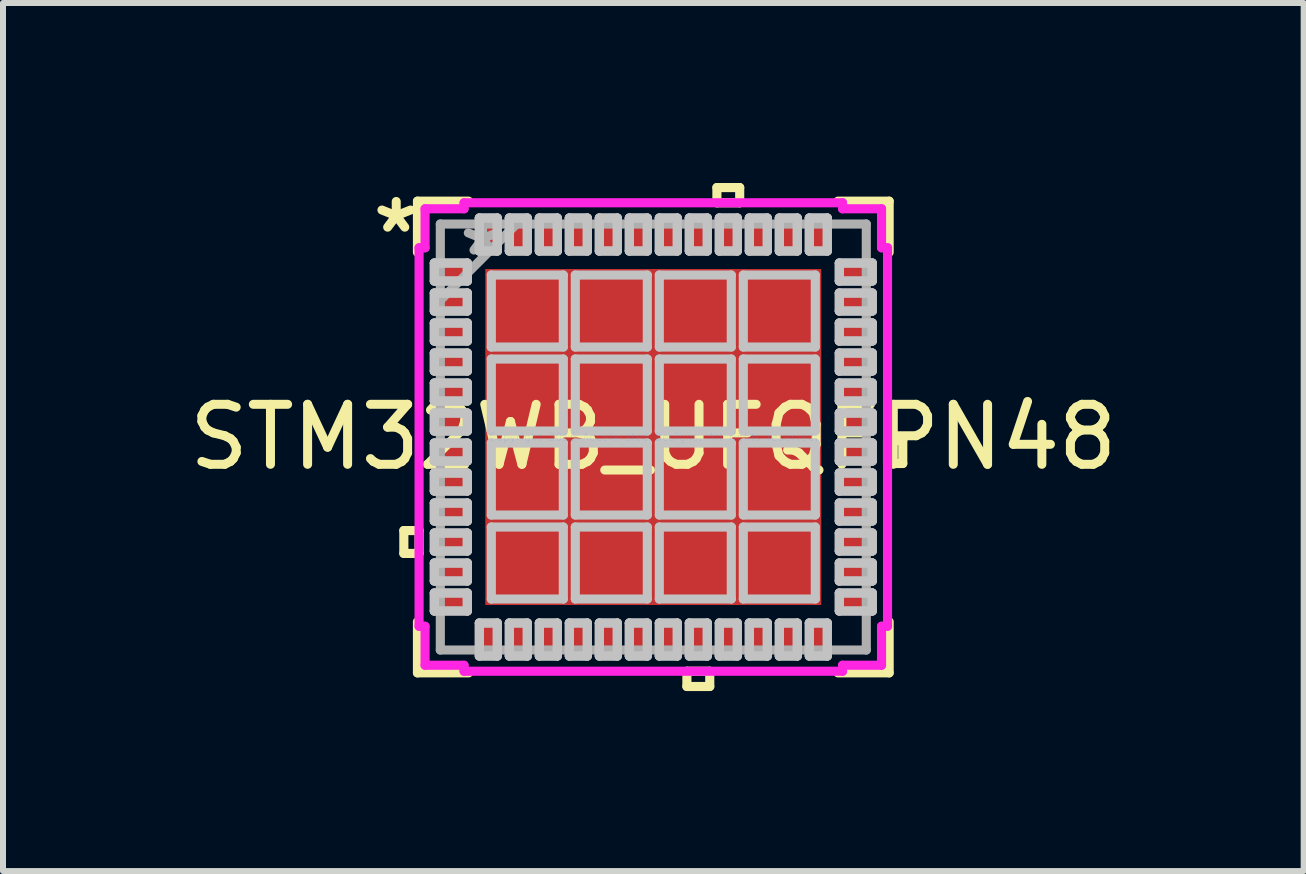
<source format=kicad_pcb>
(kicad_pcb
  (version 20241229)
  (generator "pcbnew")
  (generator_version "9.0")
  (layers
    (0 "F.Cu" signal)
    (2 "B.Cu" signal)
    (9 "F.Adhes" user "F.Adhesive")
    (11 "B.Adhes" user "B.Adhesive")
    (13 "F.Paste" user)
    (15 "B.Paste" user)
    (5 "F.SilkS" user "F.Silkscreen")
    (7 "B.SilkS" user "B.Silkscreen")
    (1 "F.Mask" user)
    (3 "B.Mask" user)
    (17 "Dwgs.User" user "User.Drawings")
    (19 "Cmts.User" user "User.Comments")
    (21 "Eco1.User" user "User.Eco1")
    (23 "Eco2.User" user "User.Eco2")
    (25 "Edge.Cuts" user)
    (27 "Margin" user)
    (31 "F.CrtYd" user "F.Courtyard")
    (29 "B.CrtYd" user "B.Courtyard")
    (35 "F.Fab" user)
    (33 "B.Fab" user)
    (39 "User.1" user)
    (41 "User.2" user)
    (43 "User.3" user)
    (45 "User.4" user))
  (footprint "STM32WB_UFQFPN48"
    (layer "F.Cu")
    (at 7.839 4.234)
    (property "Reference" "STM32WB_UFQFPN48" (at 0 0 0) (layer "F.SilkS") (effects (font (size 1 1) (thickness 0.15))))
    (attr through_hole)
    (fp_line (start -4.158 1.559) (end -4.158 1.94) (stroke (width 0.152) (type solid)) (layer "F.SilkS"))
    (fp_line (start -4.158 1.94) (end -3.904 1.94) (stroke (width 0.152) (type solid)) (layer "F.SilkS"))
    (fp_line (start -3.931 -3.931) (end -3.931 -3.078) (stroke (width 0.152) (type solid)) (layer "F.SilkS"))
    (fp_line (start -3.931 3.078) (end -3.931 3.931) (stroke (width 0.152) (type solid)) (layer "F.SilkS"))
    (fp_line (start -3.931 3.931) (end -3.078 3.931) (stroke (width 0.152) (type solid)) (layer "F.SilkS"))
    (fp_line (start -3.904 1.559) (end -4.158 1.559) (stroke (width 0.152) (type solid)) (layer "F.SilkS"))
    (fp_line (start -3.904 1.94) (end -3.904 1.559) (stroke (width 0.152) (type solid)) (layer "F.SilkS"))
    (fp_line (start -3.078 -3.931) (end -3.931 -3.931) (stroke (width 0.152) (type solid)) (layer "F.SilkS"))
    (fp_line (start 0.56 3.904) (end 0.56 4.158) (stroke (width 0.152) (type solid)) (layer "F.SilkS"))
    (fp_line (start 0.56 4.158) (end 0.941 4.158) (stroke (width 0.152) (type solid)) (layer "F.SilkS"))
    (fp_line (start 0.941 3.904) (end 0.56 3.904) (stroke (width 0.152) (type solid)) (layer "F.SilkS"))
    (fp_line (start 0.941 4.158) (end 0.941 3.904) (stroke (width 0.152) (type solid)) (layer "F.SilkS"))
    (fp_line (start 1.06 -4.158) (end 1.44 -4.158) (stroke (width 0.152) (type solid)) (layer "F.SilkS"))
    (fp_line (start 1.06 -3.904) (end 1.06 -4.158) (stroke (width 0.152) (type solid)) (layer "F.SilkS"))
    (fp_line (start 1.44 -4.158) (end 1.44 -3.904) (stroke (width 0.152) (type solid)) (layer "F.SilkS"))
    (fp_line (start 1.44 -3.904) (end 1.06 -3.904) (stroke (width 0.152) (type solid)) (layer "F.SilkS"))
    (fp_line (start 3.078 3.931) (end 3.931 3.931) (stroke (width 0.152) (type solid)) (layer "F.SilkS"))
    (fp_line (start 3.904 0.059) (end 4.158 0.059) (stroke (width 0.152) (type solid)) (layer "F.SilkS"))
    (fp_line (start 3.904 0.441) (end 3.904 0.059) (stroke (width 0.152) (type solid)) (layer "F.SilkS"))
    (fp_line (start 3.931 -3.931) (end 3.078 -3.931) (stroke (width 0.152) (type solid)) (layer "F.SilkS"))
    (fp_line (start 3.931 -3.078) (end 3.931 -3.931) (stroke (width 0.152) (type solid)) (layer "F.SilkS"))
    (fp_line (start 3.931 3.931) (end 3.931 3.078) (stroke (width 0.152) (type solid)) (layer "F.SilkS"))
    (fp_line (start 4.158 0.059) (end 4.158 0.441) (stroke (width 0.152) (type solid)) (layer "F.SilkS"))
    (fp_line (start 4.158 0.441) (end 3.904 0.441) (stroke (width 0.152) (type solid)) (layer "F.SilkS"))
    (fp_line (start -3.65 -2.9) (end -3.65 -2.6) (stroke (width 0.152) (type solid)) (layer "Dwgs.User"))
    (fp_line (start -3.65 -2.9) (end -3.65 -2.6) (stroke (width 0.152) (type solid)) (layer "Dwgs.User"))
    (fp_line (start -3.65 -2.6) (end -3.1 -2.6) (stroke (width 0.152) (type solid)) (layer "Dwgs.User"))
    (fp_line (start -3.65 -2.6) (end -3.1 -2.6) (stroke (width 0.152) (type solid)) (layer "Dwgs.User"))
    (fp_line (start -3.65 -2.4) (end -3.65 -2.1) (stroke (width 0.152) (type solid)) (layer "Dwgs.User"))
    (fp_line (start -3.65 -2.4) (end -3.65 -2.1) (stroke (width 0.152) (type solid)) (layer "Dwgs.User"))
    (fp_line (start -3.65 -2.1) (end -3.1 -2.1) (stroke (width 0.152) (type solid)) (layer "Dwgs.User"))
    (fp_line (start -3.65 -2.1) (end -3.1 -2.1) (stroke (width 0.152) (type solid)) (layer "Dwgs.User"))
    (fp_line (start -3.65 -1.9) (end -3.65 -1.6) (stroke (width 0.152) (type solid)) (layer "Dwgs.User"))
    (fp_line (start -3.65 -1.9) (end -3.65 -1.6) (stroke (width 0.152) (type solid)) (layer "Dwgs.User"))
    (fp_line (start -3.65 -1.6) (end -3.1 -1.6) (stroke (width 0.152) (type solid)) (layer "Dwgs.User"))
    (fp_line (start -3.65 -1.6) (end -3.1 -1.6) (stroke (width 0.152) (type solid)) (layer "Dwgs.User"))
    (fp_line (start -3.65 -1.4) (end -3.65 -1.1) (stroke (width 0.152) (type solid)) (layer "Dwgs.User"))
    (fp_line (start -3.65 -1.4) (end -3.65 -1.1) (stroke (width 0.152) (type solid)) (layer "Dwgs.User"))
    (fp_line (start -3.65 -1.1) (end -3.1 -1.1) (stroke (width 0.152) (type solid)) (layer "Dwgs.User"))
    (fp_line (start -3.65 -1.1) (end -3.1 -1.1) (stroke (width 0.152) (type solid)) (layer "Dwgs.User"))
    (fp_line (start -3.65 -0.9) (end -3.65 -0.6) (stroke (width 0.152) (type solid)) (layer "Dwgs.User"))
    (fp_line (start -3.65 -0.9) (end -3.65 -0.6) (stroke (width 0.152) (type solid)) (layer "Dwgs.User"))
    (fp_line (start -3.65 -0.6) (end -3.1 -0.6) (stroke (width 0.152) (type solid)) (layer "Dwgs.User"))
    (fp_line (start -3.65 -0.6) (end -3.1 -0.6) (stroke (width 0.152) (type solid)) (layer "Dwgs.User"))
    (fp_line (start -3.65 -0.4) (end -3.65 -0.1) (stroke (width 0.152) (type solid)) (layer "Dwgs.User"))
    (fp_line (start -3.65 -0.4) (end -3.65 -0.1) (stroke (width 0.152) (type solid)) (layer "Dwgs.User"))
    (fp_line (start -3.65 -0.1) (end -3.1 -0.1) (stroke (width 0.152) (type solid)) (layer "Dwgs.User"))
    (fp_line (start -3.65 -0.1) (end -3.1 -0.1) (stroke (width 0.152) (type solid)) (layer "Dwgs.User"))
    (fp_line (start -3.65 0.1) (end -3.65 0.4) (stroke (width 0.152) (type solid)) (layer "Dwgs.User"))
    (fp_line (start -3.65 0.1) (end -3.65 0.4) (stroke (width 0.152) (type solid)) (layer "Dwgs.User"))
    (fp_line (start -3.65 0.4) (end -3.1 0.4) (stroke (width 0.152) (type solid)) (layer "Dwgs.User"))
    (fp_line (start -3.65 0.4) (end -3.1 0.4) (stroke (width 0.152) (type solid)) (layer "Dwgs.User"))
    (fp_line (start -3.65 0.6) (end -3.65 0.9) (stroke (width 0.152) (type solid)) (layer "Dwgs.User"))
    (fp_line (start -3.65 0.6) (end -3.65 0.9) (stroke (width 0.152) (type solid)) (layer "Dwgs.User"))
    (fp_line (start -3.65 0.9) (end -3.1 0.9) (stroke (width 0.152) (type solid)) (layer "Dwgs.User"))
    (fp_line (start -3.65 0.9) (end -3.1 0.9) (stroke (width 0.152) (type solid)) (layer "Dwgs.User"))
    (fp_line (start -3.65 1.1) (end -3.65 1.4) (stroke (width 0.152) (type solid)) (layer "Dwgs.User"))
    (fp_line (start -3.65 1.1) (end -3.65 1.4) (stroke (width 0.152) (type solid)) (layer "Dwgs.User"))
    (fp_line (start -3.65 1.4) (end -3.1 1.4) (stroke (width 0.152) (type solid)) (layer "Dwgs.User"))
    (fp_line (start -3.65 1.4) (end -3.1 1.4) (stroke (width 0.152) (type solid)) (layer "Dwgs.User"))
    (fp_line (start -3.65 1.6) (end -3.65 1.9) (stroke (width 0.152) (type solid)) (layer "Dwgs.User"))
    (fp_line (start -3.65 1.6) (end -3.65 1.9) (stroke (width 0.152) (type solid)) (layer "Dwgs.User"))
    (fp_line (start -3.65 1.9) (end -3.1 1.9) (stroke (width 0.152) (type solid)) (layer "Dwgs.User"))
    (fp_line (start -3.65 1.9) (end -3.1 1.9) (stroke (width 0.152) (type solid)) (layer "Dwgs.User"))
    (fp_line (start -3.65 2.1) (end -3.65 2.4) (stroke (width 0.152) (type solid)) (layer "Dwgs.User"))
    (fp_line (start -3.65 2.1) (end -3.65 2.4) (stroke (width 0.152) (type solid)) (layer "Dwgs.User"))
    (fp_line (start -3.65 2.4) (end -3.1 2.4) (stroke (width 0.152) (type solid)) (layer "Dwgs.User"))
    (fp_line (start -3.65 2.4) (end -3.1 2.4) (stroke (width 0.152) (type solid)) (layer "Dwgs.User"))
    (fp_line (start -3.65 2.6) (end -3.65 2.9) (stroke (width 0.152) (type solid)) (layer "Dwgs.User"))
    (fp_line (start -3.65 2.6) (end -3.65 2.9) (stroke (width 0.152) (type solid)) (layer "Dwgs.User"))
    (fp_line (start -3.65 2.9) (end -3.1 2.9) (stroke (width 0.152) (type solid)) (layer "Dwgs.User"))
    (fp_line (start -3.65 2.9) (end -3.1 2.9) (stroke (width 0.152) (type solid)) (layer "Dwgs.User"))
    (fp_line (start -3.1 -2.9) (end -3.65 -2.9) (stroke (width 0.152) (type solid)) (layer "Dwgs.User"))
    (fp_line (start -3.1 -2.9) (end -3.65 -2.9) (stroke (width 0.152) (type solid)) (layer "Dwgs.User"))
    (fp_line (start -3.1 -2.6) (end -3.1 -2.9) (stroke (width 0.152) (type solid)) (layer "Dwgs.User"))
    (fp_line (start -3.1 -2.6) (end -3.1 -2.9) (stroke (width 0.152) (type solid)) (layer "Dwgs.User"))
    (fp_line (start -3.1 -2.4) (end -3.65 -2.4) (stroke (width 0.152) (type solid)) (layer "Dwgs.User"))
    (fp_line (start -3.1 -2.4) (end -3.65 -2.4) (stroke (width 0.152) (type solid)) (layer "Dwgs.User"))
    (fp_line (start -3.1 -2.1) (end -3.1 -2.4) (stroke (width 0.152) (type solid)) (layer "Dwgs.User"))
    (fp_line (start -3.1 -2.1) (end -3.1 -2.4) (stroke (width 0.152) (type solid)) (layer "Dwgs.User"))
    (fp_line (start -3.1 -1.9) (end -3.65 -1.9) (stroke (width 0.152) (type solid)) (layer "Dwgs.User"))
    (fp_line (start -3.1 -1.9) (end -3.65 -1.9) (stroke (width 0.152) (type solid)) (layer "Dwgs.User"))
    (fp_line (start -3.1 -1.6) (end -3.1 -1.9) (stroke (width 0.152) (type solid)) (layer "Dwgs.User"))
    (fp_line (start -3.1 -1.6) (end -3.1 -1.9) (stroke (width 0.152) (type solid)) (layer "Dwgs.User"))
    (fp_line (start -3.1 -1.4) (end -3.65 -1.4) (stroke (width 0.152) (type solid)) (layer "Dwgs.User"))
    (fp_line (start -3.1 -1.4) (end -3.65 -1.4) (stroke (width 0.152) (type solid)) (layer "Dwgs.User"))
    (fp_line (start -3.1 -1.1) (end -3.1 -1.4) (stroke (width 0.152) (type solid)) (layer "Dwgs.User"))
    (fp_line (start -3.1 -1.1) (end -3.1 -1.4) (stroke (width 0.152) (type solid)) (layer "Dwgs.User"))
    (fp_line (start -3.1 -0.9) (end -3.65 -0.9) (stroke (width 0.152) (type solid)) (layer "Dwgs.User"))
    (fp_line (start -3.1 -0.9) (end -3.65 -0.9) (stroke (width 0.152) (type solid)) (layer "Dwgs.User"))
    (fp_line (start -3.1 -0.6) (end -3.1 -0.9) (stroke (width 0.152) (type solid)) (layer "Dwgs.User"))
    (fp_line (start -3.1 -0.6) (end -3.1 -0.9) (stroke (width 0.152) (type solid)) (layer "Dwgs.User"))
    (fp_line (start -3.1 -0.4) (end -3.65 -0.4) (stroke (width 0.152) (type solid)) (layer "Dwgs.User"))
    (fp_line (start -3.1 -0.4) (end -3.65 -0.4) (stroke (width 0.152) (type solid)) (layer "Dwgs.User"))
    (fp_line (start -3.1 -0.1) (end -3.1 -0.4) (stroke (width 0.152) (type solid)) (layer "Dwgs.User"))
    (fp_line (start -3.1 -0.1) (end -3.1 -0.4) (stroke (width 0.152) (type solid)) (layer "Dwgs.User"))
    (fp_line (start -3.1 0.1) (end -3.65 0.1) (stroke (width 0.152) (type solid)) (layer "Dwgs.User"))
    (fp_line (start -3.1 0.1) (end -3.65 0.1) (stroke (width 0.152) (type solid)) (layer "Dwgs.User"))
    (fp_line (start -3.1 0.4) (end -3.1 0.1) (stroke (width 0.152) (type solid)) (layer "Dwgs.User"))
    (fp_line (start -3.1 0.4) (end -3.1 0.1) (stroke (width 0.152) (type solid)) (layer "Dwgs.User"))
    (fp_line (start -3.1 0.6) (end -3.65 0.6) (stroke (width 0.152) (type solid)) (layer "Dwgs.User"))
    (fp_line (start -3.1 0.6) (end -3.65 0.6) (stroke (width 0.152) (type solid)) (layer "Dwgs.User"))
    (fp_line (start -3.1 0.9) (end -3.1 0.6) (stroke (width 0.152) (type solid)) (layer "Dwgs.User"))
    (fp_line (start -3.1 0.9) (end -3.1 0.6) (stroke (width 0.152) (type solid)) (layer "Dwgs.User"))
    (fp_line (start -3.1 1.1) (end -3.65 1.1) (stroke (width 0.152) (type solid)) (layer "Dwgs.User"))
    (fp_line (start -3.1 1.1) (end -3.65 1.1) (stroke (width 0.152) (type solid)) (layer "Dwgs.User"))
    (fp_line (start -3.1 1.4) (end -3.1 1.1) (stroke (width 0.152) (type solid)) (layer "Dwgs.User"))
    (fp_line (start -3.1 1.4) (end -3.1 1.1) (stroke (width 0.152) (type solid)) (layer "Dwgs.User"))
    (fp_line (start -3.1 1.6) (end -3.65 1.6) (stroke (width 0.152) (type solid)) (layer "Dwgs.User"))
    (fp_line (start -3.1 1.6) (end -3.65 1.6) (stroke (width 0.152) (type solid)) (layer "Dwgs.User"))
    (fp_line (start -3.1 1.9) (end -3.1 1.6) (stroke (width 0.152) (type solid)) (layer "Dwgs.User"))
    (fp_line (start -3.1 1.9) (end -3.1 1.6) (stroke (width 0.152) (type solid)) (layer "Dwgs.User"))
    (fp_line (start -3.1 2.1) (end -3.65 2.1) (stroke (width 0.152) (type solid)) (layer "Dwgs.User"))
    (fp_line (start -3.1 2.1) (end -3.65 2.1) (stroke (width 0.152) (type solid)) (layer "Dwgs.User"))
    (fp_line (start -3.1 2.4) (end -3.1 2.1) (stroke (width 0.152) (type solid)) (layer "Dwgs.User"))
    (fp_line (start -3.1 2.4) (end -3.1 2.1) (stroke (width 0.152) (type solid)) (layer "Dwgs.User"))
    (fp_line (start -3.1 2.6) (end -3.65 2.6) (stroke (width 0.152) (type solid)) (layer "Dwgs.User"))
    (fp_line (start -3.1 2.6) (end -3.65 2.6) (stroke (width 0.152) (type solid)) (layer "Dwgs.User"))
    (fp_line (start -3.1 2.9) (end -3.1 2.6) (stroke (width 0.152) (type solid)) (layer "Dwgs.User"))
    (fp_line (start -3.1 2.9) (end -3.1 2.6) (stroke (width 0.152) (type solid)) (layer "Dwgs.User"))
    (fp_line (start -2.9 -3.65) (end -2.9 -3.1) (stroke (width 0.152) (type solid)) (layer "Dwgs.User"))
    (fp_line (start -2.9 -3.65) (end -2.9 -3.1) (stroke (width 0.152) (type solid)) (layer "Dwgs.User"))
    (fp_line (start -2.9 -3.1) (end -2.6 -3.1) (stroke (width 0.152) (type solid)) (layer "Dwgs.User"))
    (fp_line (start -2.9 -3.1) (end -2.6 -3.1) (stroke (width 0.152) (type solid)) (layer "Dwgs.User"))
    (fp_line (start -2.9 3.1) (end -2.9 3.65) (stroke (width 0.152) (type solid)) (layer "Dwgs.User"))
    (fp_line (start -2.9 3.1) (end -2.9 3.65) (stroke (width 0.152) (type solid)) (layer "Dwgs.User"))
    (fp_line (start -2.9 3.65) (end -2.6 3.65) (stroke (width 0.152) (type solid)) (layer "Dwgs.User"))
    (fp_line (start -2.9 3.65) (end -2.6 3.65) (stroke (width 0.152) (type solid)) (layer "Dwgs.User"))
    (fp_line (start -2.7 -2.7) (end -2.7 -1.5) (stroke (width 0.152) (type solid)) (layer "Dwgs.User"))
    (fp_line (start -2.7 -1.5) (end -1.5 -1.5) (stroke (width 0.152) (type solid)) (layer "Dwgs.User"))
    (fp_line (start -2.7 -1.3) (end -2.7 -0.1) (stroke (width 0.152) (type solid)) (layer "Dwgs.User"))
    (fp_line (start -2.7 -0.1) (end -1.5 -0.1) (stroke (width 0.152) (type solid)) (layer "Dwgs.User"))
    (fp_line (start -2.7 0.1) (end -2.7 1.3) (stroke (width 0.152) (type solid)) (layer "Dwgs.User"))
    (fp_line (start -2.7 1.3) (end -1.5 1.3) (stroke (width 0.152) (type solid)) (layer "Dwgs.User"))
    (fp_line (start -2.7 1.5) (end -2.7 2.7) (stroke (width 0.152) (type solid)) (layer "Dwgs.User"))
    (fp_line (start -2.7 2.7) (end -1.5 2.7) (stroke (width 0.152) (type solid)) (layer "Dwgs.User"))
    (fp_line (start -2.6 -3.65) (end -2.9 -3.65) (stroke (width 0.152) (type solid)) (layer "Dwgs.User"))
    (fp_line (start -2.6 -3.65) (end -2.9 -3.65) (stroke (width 0.152) (type solid)) (layer "Dwgs.User"))
    (fp_line (start -2.6 -3.1) (end -2.6 -3.65) (stroke (width 0.152) (type solid)) (layer "Dwgs.User"))
    (fp_line (start -2.6 -3.1) (end -2.6 -3.65) (stroke (width 0.152) (type solid)) (layer "Dwgs.User"))
    (fp_line (start -2.6 3.1) (end -2.9 3.1) (stroke (width 0.152) (type solid)) (layer "Dwgs.User"))
    (fp_line (start -2.6 3.1) (end -2.9 3.1) (stroke (width 0.152) (type solid)) (layer "Dwgs.User"))
    (fp_line (start -2.6 3.65) (end -2.6 3.1) (stroke (width 0.152) (type solid)) (layer "Dwgs.User"))
    (fp_line (start -2.6 3.65) (end -2.6 3.1) (stroke (width 0.152) (type solid)) (layer "Dwgs.User"))
    (fp_line (start -2.4 -3.65) (end -2.4 -3.1) (stroke (width 0.152) (type solid)) (layer "Dwgs.User"))
    (fp_line (start -2.4 -3.65) (end -2.4 -3.1) (stroke (width 0.152) (type solid)) (layer "Dwgs.User"))
    (fp_line (start -2.4 -3.1) (end -2.1 -3.1) (stroke (width 0.152) (type solid)) (layer "Dwgs.User"))
    (fp_line (start -2.4 -3.1) (end -2.1 -3.1) (stroke (width 0.152) (type solid)) (layer "Dwgs.User"))
    (fp_line (start -2.4 3.1) (end -2.4 3.65) (stroke (width 0.152) (type solid)) (layer "Dwgs.User"))
    (fp_line (start -2.4 3.1) (end -2.4 3.65) (stroke (width 0.152) (type solid)) (layer "Dwgs.User"))
    (fp_line (start -2.4 3.65) (end -2.1 3.65) (stroke (width 0.152) (type solid)) (layer "Dwgs.User"))
    (fp_line (start -2.4 3.65) (end -2.1 3.65) (stroke (width 0.152) (type solid)) (layer "Dwgs.User"))
    (fp_line (start -2.1 -3.65) (end -2.4 -3.65) (stroke (width 0.152) (type solid)) (layer "Dwgs.User"))
    (fp_line (start -2.1 -3.65) (end -2.4 -3.65) (stroke (width 0.152) (type solid)) (layer "Dwgs.User"))
    (fp_line (start -2.1 -3.1) (end -2.1 -3.65) (stroke (width 0.152) (type solid)) (layer "Dwgs.User"))
    (fp_line (start -2.1 -3.1) (end -2.1 -3.65) (stroke (width 0.152) (type solid)) (layer "Dwgs.User"))
    (fp_line (start -2.1 3.1) (end -2.4 3.1) (stroke (width 0.152) (type solid)) (layer "Dwgs.User"))
    (fp_line (start -2.1 3.1) (end -2.4 3.1) (stroke (width 0.152) (type solid)) (layer "Dwgs.User"))
    (fp_line (start -2.1 3.65) (end -2.1 3.1) (stroke (width 0.152) (type solid)) (layer "Dwgs.User"))
    (fp_line (start -2.1 3.65) (end -2.1 3.1) (stroke (width 0.152) (type solid)) (layer "Dwgs.User"))
    (fp_line (start -1.9 3.1) (end -1.9 3.65) (stroke (width 0.152) (type solid)) (layer "Dwgs.User"))
    (fp_line (start -1.9 3.1) (end -1.9 3.65) (stroke (width 0.152) (type solid)) (layer "Dwgs.User"))
    (fp_line (start -1.9 3.65) (end -1.6 3.65) (stroke (width 0.152) (type solid)) (layer "Dwgs.User"))
    (fp_line (start -1.9 3.65) (end -1.6 3.65) (stroke (width 0.152) (type solid)) (layer "Dwgs.User"))
    (fp_line (start -1.9 -3.65) (end -1.9 -3.1) (stroke (width 0.152) (type solid)) (layer "Dwgs.User"))
    (fp_line (start -1.9 -3.65) (end -1.9 -3.1) (stroke (width 0.152) (type solid)) (layer "Dwgs.User"))
    (fp_line (start -1.9 -3.1) (end -1.6 -3.1) (stroke (width 0.152) (type solid)) (layer "Dwgs.User"))
    (fp_line (start -1.9 -3.1) (end -1.6 -3.1) (stroke (width 0.152) (type solid)) (layer "Dwgs.User"))
    (fp_line (start -1.6 -3.65) (end -1.9 -3.65) (stroke (width 0.152) (type solid)) (layer "Dwgs.User"))
    (fp_line (start -1.6 -3.65) (end -1.9 -3.65) (stroke (width 0.152) (type solid)) (layer "Dwgs.User"))
    (fp_line (start -1.6 -3.1) (end -1.6 -3.65) (stroke (width 0.152) (type solid)) (layer "Dwgs.User"))
    (fp_line (start -1.6 -3.1) (end -1.6 -3.65) (stroke (width 0.152) (type solid)) (layer "Dwgs.User"))
    (fp_line (start -1.6 3.1) (end -1.9 3.1) (stroke (width 0.152) (type solid)) (layer "Dwgs.User"))
    (fp_line (start -1.6 3.1) (end -1.9 3.1) (stroke (width 0.152) (type solid)) (layer "Dwgs.User"))
    (fp_line (start -1.6 3.65) (end -1.6 3.1) (stroke (width 0.152) (type solid)) (layer "Dwgs.User"))
    (fp_line (start -1.6 3.65) (end -1.6 3.1) (stroke (width 0.152) (type solid)) (layer "Dwgs.User"))
    (fp_line (start -1.5 -2.7) (end -2.7 -2.7) (stroke (width 0.152) (type solid)) (layer "Dwgs.User"))
    (fp_line (start -1.5 -1.5) (end -1.5 -2.7) (stroke (width 0.152) (type solid)) (layer "Dwgs.User"))
    (fp_line (start -1.5 -1.3) (end -2.7 -1.3) (stroke (width 0.152) (type solid)) (layer "Dwgs.User"))
    (fp_line (start -1.5 -0.1) (end -1.5 -1.3) (stroke (width 0.152) (type solid)) (layer "Dwgs.User"))
    (fp_line (start -1.5 0.1) (end -2.7 0.1) (stroke (width 0.152) (type solid)) (layer "Dwgs.User"))
    (fp_line (start -1.5 1.3) (end -1.5 0.1) (stroke (width 0.152) (type solid)) (layer "Dwgs.User"))
    (fp_line (start -1.5 1.5) (end -2.7 1.5) (stroke (width 0.152) (type solid)) (layer "Dwgs.User"))
    (fp_line (start -1.5 2.7) (end -1.5 1.5) (stroke (width 0.152) (type solid)) (layer "Dwgs.User"))
    (fp_line (start -1.4 -3.65) (end -1.4 -3.1) (stroke (width 0.152) (type solid)) (layer "Dwgs.User"))
    (fp_line (start -1.4 -3.65) (end -1.4 -3.1) (stroke (width 0.152) (type solid)) (layer "Dwgs.User"))
    (fp_line (start -1.4 -3.1) (end -1.1 -3.1) (stroke (width 0.152) (type solid)) (layer "Dwgs.User"))
    (fp_line (start -1.4 -3.1) (end -1.1 -3.1) (stroke (width 0.152) (type solid)) (layer "Dwgs.User"))
    (fp_line (start -1.4 3.1) (end -1.4 3.65) (stroke (width 0.152) (type solid)) (layer "Dwgs.User"))
    (fp_line (start -1.4 3.1) (end -1.4 3.65) (stroke (width 0.152) (type solid)) (layer "Dwgs.User"))
    (fp_line (start -1.4 3.65) (end -1.1 3.65) (stroke (width 0.152) (type solid)) (layer "Dwgs.User"))
    (fp_line (start -1.4 3.65) (end -1.1 3.65) (stroke (width 0.152) (type solid)) (layer "Dwgs.User"))
    (fp_line (start -1.3 -2.7) (end -1.3 -1.5) (stroke (width 0.152) (type solid)) (layer "Dwgs.User"))
    (fp_line (start -1.3 -1.5) (end -0.1 -1.5) (stroke (width 0.152) (type solid)) (layer "Dwgs.User"))
    (fp_line (start -1.3 -1.3) (end -1.3 -0.1) (stroke (width 0.152) (type solid)) (layer "Dwgs.User"))
    (fp_line (start -1.3 -0.1) (end -0.1 -0.1) (stroke (width 0.152) (type solid)) (layer "Dwgs.User"))
    (fp_line (start -1.3 0.1) (end -1.3 1.3) (stroke (width 0.152) (type solid)) (layer "Dwgs.User"))
    (fp_line (start -1.3 1.3) (end -0.1 1.3) (stroke (width 0.152) (type solid)) (layer "Dwgs.User"))
    (fp_line (start -1.3 1.5) (end -1.3 2.7) (stroke (width 0.152) (type solid)) (layer "Dwgs.User"))
    (fp_line (start -1.3 2.7) (end -0.1 2.7) (stroke (width 0.152) (type solid)) (layer "Dwgs.User"))
    (fp_line (start -1.1 -3.65) (end -1.4 -3.65) (stroke (width 0.152) (type solid)) (layer "Dwgs.User"))
    (fp_line (start -1.1 -3.65) (end -1.4 -3.65) (stroke (width 0.152) (type solid)) (layer "Dwgs.User"))
    (fp_line (start -1.1 -3.1) (end -1.1 -3.65) (stroke (width 0.152) (type solid)) (layer "Dwgs.User"))
    (fp_line (start -1.1 -3.1) (end -1.1 -3.65) (stroke (width 0.152) (type solid)) (layer "Dwgs.User"))
    (fp_line (start -1.1 3.1) (end -1.4 3.1) (stroke (width 0.152) (type solid)) (layer "Dwgs.User"))
    (fp_line (start -1.1 3.1) (end -1.4 3.1) (stroke (width 0.152) (type solid)) (layer "Dwgs.User"))
    (fp_line (start -1.1 3.65) (end -1.1 3.1) (stroke (width 0.152) (type solid)) (layer "Dwgs.User"))
    (fp_line (start -1.1 3.65) (end -1.1 3.1) (stroke (width 0.152) (type solid)) (layer "Dwgs.User"))
    (fp_line (start -0.9 -3.65) (end -0.9 -3.1) (stroke (width 0.152) (type solid)) (layer "Dwgs.User"))
    (fp_line (start -0.9 -3.65) (end -0.9 -3.1) (stroke (width 0.152) (type solid)) (layer "Dwgs.User"))
    (fp_line (start -0.9 -3.1) (end -0.6 -3.1) (stroke (width 0.152) (type solid)) (layer "Dwgs.User"))
    (fp_line (start -0.9 -3.1) (end -0.6 -3.1) (stroke (width 0.152) (type solid)) (layer "Dwgs.User"))
    (fp_line (start -0.9 3.1) (end -0.9 3.65) (stroke (width 0.152) (type solid)) (layer "Dwgs.User"))
    (fp_line (start -0.9 3.1) (end -0.9 3.65) (stroke (width 0.152) (type solid)) (layer "Dwgs.User"))
    (fp_line (start -0.9 3.65) (end -0.6 3.65) (stroke (width 0.152) (type solid)) (layer "Dwgs.User"))
    (fp_line (start -0.9 3.65) (end -0.6 3.65) (stroke (width 0.152) (type solid)) (layer "Dwgs.User"))
    (fp_line (start -0.6 3.1) (end -0.9 3.1) (stroke (width 0.152) (type solid)) (layer "Dwgs.User"))
    (fp_line (start -0.6 3.1) (end -0.9 3.1) (stroke (width 0.152) (type solid)) (layer "Dwgs.User"))
    (fp_line (start -0.6 3.65) (end -0.6 3.1) (stroke (width 0.152) (type solid)) (layer "Dwgs.User"))
    (fp_line (start -0.6 3.65) (end -0.6 3.1) (stroke (width 0.152) (type solid)) (layer "Dwgs.User"))
    (fp_line (start -0.6 -3.65) (end -0.9 -3.65) (stroke (width 0.152) (type solid)) (layer "Dwgs.User"))
    (fp_line (start -0.6 -3.65) (end -0.9 -3.65) (stroke (width 0.152) (type solid)) (layer "Dwgs.User"))
    (fp_line (start -0.6 -3.1) (end -0.6 -3.65) (stroke (width 0.152) (type solid)) (layer "Dwgs.User"))
    (fp_line (start -0.6 -3.1) (end -0.6 -3.65) (stroke (width 0.152) (type solid)) (layer "Dwgs.User"))
    (fp_line (start -0.4 -3.65) (end -0.4 -3.1) (stroke (width 0.152) (type solid)) (layer "Dwgs.User"))
    (fp_line (start -0.4 -3.65) (end -0.4 -3.1) (stroke (width 0.152) (type solid)) (layer "Dwgs.User"))
    (fp_line (start -0.4 -3.1) (end -0.1 -3.1) (stroke (width 0.152) (type solid)) (layer "Dwgs.User"))
    (fp_line (start -0.4 -3.1) (end -0.1 -3.1) (stroke (width 0.152) (type solid)) (layer "Dwgs.User"))
    (fp_line (start -0.4 3.1) (end -0.4 3.65) (stroke (width 0.152) (type solid)) (layer "Dwgs.User"))
    (fp_line (start -0.4 3.1) (end -0.4 3.65) (stroke (width 0.152) (type solid)) (layer "Dwgs.User"))
    (fp_line (start -0.4 3.65) (end -0.1 3.65) (stroke (width 0.152) (type solid)) (layer "Dwgs.User"))
    (fp_line (start -0.4 3.65) (end -0.1 3.65) (stroke (width 0.152) (type solid)) (layer "Dwgs.User"))
    (fp_line (start -0.1 -3.65) (end -0.4 -3.65) (stroke (width 0.152) (type solid)) (layer "Dwgs.User"))
    (fp_line (start -0.1 -3.65) (end -0.4 -3.65) (stroke (width 0.152) (type solid)) (layer "Dwgs.User"))
    (fp_line (start -0.1 -3.1) (end -0.1 -3.65) (stroke (width 0.152) (type solid)) (layer "Dwgs.User"))
    (fp_line (start -0.1 -3.1) (end -0.1 -3.65) (stroke (width 0.152) (type solid)) (layer "Dwgs.User"))
    (fp_line (start -0.1 -2.7) (end -1.3 -2.7) (stroke (width 0.152) (type solid)) (layer "Dwgs.User"))
    (fp_line (start -0.1 -1.5) (end -0.1 -2.7) (stroke (width 0.152) (type solid)) (layer "Dwgs.User"))
    (fp_line (start -0.1 -1.3) (end -1.3 -1.3) (stroke (width 0.152) (type solid)) (layer "Dwgs.User"))
    (fp_line (start -0.1 -0.1) (end -0.1 -1.3) (stroke (width 0.152) (type solid)) (layer "Dwgs.User"))
    (fp_line (start -0.1 0.1) (end -1.3 0.1) (stroke (width 0.152) (type solid)) (layer "Dwgs.User"))
    (fp_line (start -0.1 1.3) (end -0.1 0.1) (stroke (width 0.152) (type solid)) (layer "Dwgs.User"))
    (fp_line (start -0.1 1.5) (end -1.3 1.5) (stroke (width 0.152) (type solid)) (layer "Dwgs.User"))
    (fp_line (start -0.1 2.7) (end -0.1 1.5) (stroke (width 0.152) (type solid)) (layer "Dwgs.User"))
    (fp_line (start -0.1 3.1) (end -0.4 3.1) (stroke (width 0.152) (type solid)) (layer "Dwgs.User"))
    (fp_line (start -0.1 3.1) (end -0.4 3.1) (stroke (width 0.152) (type solid)) (layer "Dwgs.User"))
    (fp_line (start -0.1 3.65) (end -0.1 3.1) (stroke (width 0.152) (type solid)) (layer "Dwgs.User"))
    (fp_line (start -0.1 3.65) (end -0.1 3.1) (stroke (width 0.152) (type solid)) (layer "Dwgs.User"))
    (fp_line (start 0.1 -3.65) (end 0.1 -3.1) (stroke (width 0.152) (type solid)) (layer "Dwgs.User"))
    (fp_line (start 0.1 -3.65) (end 0.1 -3.1) (stroke (width 0.152) (type solid)) (layer "Dwgs.User"))
    (fp_line (start 0.1 -3.1) (end 0.4 -3.1) (stroke (width 0.152) (type solid)) (layer "Dwgs.User"))
    (fp_line (start 0.1 -3.1) (end 0.4 -3.1) (stroke (width 0.152) (type solid)) (layer "Dwgs.User"))
    (fp_line (start 0.1 -2.7) (end 0.1 -1.5) (stroke (width 0.152) (type solid)) (layer "Dwgs.User"))
    (fp_line (start 0.1 -1.5) (end 1.3 -1.5) (stroke (width 0.152) (type solid)) (layer "Dwgs.User"))
    (fp_line (start 0.1 -1.3) (end 0.1 -0.1) (stroke (width 0.152) (type solid)) (layer "Dwgs.User"))
    (fp_line (start 0.1 -0.1) (end 1.3 -0.1) (stroke (width 0.152) (type solid)) (layer "Dwgs.User"))
    (fp_line (start 0.1 0.1) (end 0.1 1.3) (stroke (width 0.152) (type solid)) (layer "Dwgs.User"))
    (fp_line (start 0.1 1.3) (end 1.3 1.3) (stroke (width 0.152) (type solid)) (layer "Dwgs.User"))
    (fp_line (start 0.1 1.5) (end 0.1 2.7) (stroke (width 0.152) (type solid)) (layer "Dwgs.User"))
    (fp_line (start 0.1 2.7) (end 1.3 2.7) (stroke (width 0.152) (type solid)) (layer "Dwgs.User"))
    (fp_line (start 0.1 3.1) (end 0.1 3.65) (stroke (width 0.152) (type solid)) (layer "Dwgs.User"))
    (fp_line (start 0.1 3.1) (end 0.1 3.65) (stroke (width 0.152) (type solid)) (layer "Dwgs.User"))
    (fp_line (start 0.1 3.65) (end 0.4 3.65) (stroke (width 0.152) (type solid)) (layer "Dwgs.User"))
    (fp_line (start 0.1 3.65) (end 0.4 3.65) (stroke (width 0.152) (type solid)) (layer "Dwgs.User"))
    (fp_line (start 0.4 -3.65) (end 0.1 -3.65) (stroke (width 0.152) (type solid)) (layer "Dwgs.User"))
    (fp_line (start 0.4 -3.65) (end 0.1 -3.65) (stroke (width 0.152) (type solid)) (layer "Dwgs.User"))
    (fp_line (start 0.4 -3.1) (end 0.4 -3.65) (stroke (width 0.152) (type solid)) (layer "Dwgs.User"))
    (fp_line (start 0.4 -3.1) (end 0.4 -3.65) (stroke (width 0.152) (type solid)) (layer "Dwgs.User"))
    (fp_line (start 0.4 3.1) (end 0.1 3.1) (stroke (width 0.152) (type solid)) (layer "Dwgs.User"))
    (fp_line (start 0.4 3.1) (end 0.1 3.1) (stroke (width 0.152) (type solid)) (layer "Dwgs.User"))
    (fp_line (start 0.4 3.65) (end 0.4 3.1) (stroke (width 0.152) (type solid)) (layer "Dwgs.User"))
    (fp_line (start 0.4 3.65) (end 0.4 3.1) (stroke (width 0.152) (type solid)) (layer "Dwgs.User"))
    (fp_line (start 0.6 3.1) (end 0.6 3.65) (stroke (width 0.152) (type solid)) (layer "Dwgs.User"))
    (fp_line (start 0.6 3.1) (end 0.6 3.65) (stroke (width 0.152) (type solid)) (layer "Dwgs.User"))
    (fp_line (start 0.6 3.65) (end 0.9 3.65) (stroke (width 0.152) (type solid)) (layer "Dwgs.User"))
    (fp_line (start 0.6 3.65) (end 0.9 3.65) (stroke (width 0.152) (type solid)) (layer "Dwgs.User"))
    (fp_line (start 0.6 -3.65) (end 0.6 -3.1) (stroke (width 0.152) (type solid)) (layer "Dwgs.User"))
    (fp_line (start 0.6 -3.65) (end 0.6 -3.1) (stroke (width 0.152) (type solid)) (layer "Dwgs.User"))
    (fp_line (start 0.6 -3.1) (end 0.9 -3.1) (stroke (width 0.152) (type solid)) (layer "Dwgs.User"))
    (fp_line (start 0.6 -3.1) (end 0.9 -3.1) (stroke (width 0.152) (type solid)) (layer "Dwgs.User"))
    (fp_line (start 0.9 -3.65) (end 0.6 -3.65) (stroke (width 0.152) (type solid)) (layer "Dwgs.User"))
    (fp_line (start 0.9 -3.65) (end 0.6 -3.65) (stroke (width 0.152) (type solid)) (layer "Dwgs.User"))
    (fp_line (start 0.9 -3.1) (end 0.9 -3.65) (stroke (width 0.152) (type solid)) (layer "Dwgs.User"))
    (fp_line (start 0.9 -3.1) (end 0.9 -3.65) (stroke (width 0.152) (type solid)) (layer "Dwgs.User"))
    (fp_line (start 0.9 3.1) (end 0.6 3.1) (stroke (width 0.152) (type solid)) (layer "Dwgs.User"))
    (fp_line (start 0.9 3.1) (end 0.6 3.1) (stroke (width 0.152) (type solid)) (layer "Dwgs.User"))
    (fp_line (start 0.9 3.65) (end 0.9 3.1) (stroke (width 0.152) (type solid)) (layer "Dwgs.User"))
    (fp_line (start 0.9 3.65) (end 0.9 3.1) (stroke (width 0.152) (type solid)) (layer "Dwgs.User"))
    (fp_line (start 1.1 -3.65) (end 1.1 -3.1) (stroke (width 0.152) (type solid)) (layer "Dwgs.User"))
    (fp_line (start 1.1 -3.65) (end 1.1 -3.1) (stroke (width 0.152) (type solid)) (layer "Dwgs.User"))
    (fp_line (start 1.1 -3.1) (end 1.4 -3.1) (stroke (width 0.152) (type solid)) (layer "Dwgs.User"))
    (fp_line (start 1.1 -3.1) (end 1.4 -3.1) (stroke (width 0.152) (type solid)) (layer "Dwgs.User"))
    (fp_line (start 1.1 3.1) (end 1.1 3.65) (stroke (width 0.152) (type solid)) (layer "Dwgs.User"))
    (fp_line (start 1.1 3.1) (end 1.1 3.65) (stroke (width 0.152) (type solid)) (layer "Dwgs.User"))
    (fp_line (start 1.1 3.65) (end 1.4 3.65) (stroke (width 0.152) (type solid)) (layer "Dwgs.User"))
    (fp_line (start 1.1 3.65) (end 1.4 3.65) (stroke (width 0.152) (type solid)) (layer "Dwgs.User"))
    (fp_line (start 1.3 -2.7) (end 0.1 -2.7) (stroke (width 0.152) (type solid)) (layer "Dwgs.User"))
    (fp_line (start 1.3 -1.5) (end 1.3 -2.7) (stroke (width 0.152) (type solid)) (layer "Dwgs.User"))
    (fp_line (start 1.3 -1.3) (end 0.1 -1.3) (stroke (width 0.152) (type solid)) (layer "Dwgs.User"))
    (fp_line (start 1.3 -0.1) (end 1.3 -1.3) (stroke (width 0.152) (type solid)) (layer "Dwgs.User"))
    (fp_line (start 1.3 0.1) (end 0.1 0.1) (stroke (width 0.152) (type solid)) (layer "Dwgs.User"))
    (fp_line (start 1.3 1.3) (end 1.3 0.1) (stroke (width 0.152) (type solid)) (layer "Dwgs.User"))
    (fp_line (start 1.3 1.5) (end 0.1 1.5) (stroke (width 0.152) (type solid)) (layer "Dwgs.User"))
    (fp_line (start 1.3 2.7) (end 1.3 1.5) (stroke (width 0.152) (type solid)) (layer "Dwgs.User"))
    (fp_line (start 1.4 -3.65) (end 1.1 -3.65) (stroke (width 0.152) (type solid)) (layer "Dwgs.User"))
    (fp_line (start 1.4 -3.65) (end 1.1 -3.65) (stroke (width 0.152) (type solid)) (layer "Dwgs.User"))
    (fp_line (start 1.4 -3.1) (end 1.4 -3.65) (stroke (width 0.152) (type solid)) (layer "Dwgs.User"))
    (fp_line (start 1.4 -3.1) (end 1.4 -3.65) (stroke (width 0.152) (type solid)) (layer "Dwgs.User"))
    (fp_line (start 1.4 3.1) (end 1.1 3.1) (stroke (width 0.152) (type solid)) (layer "Dwgs.User"))
    (fp_line (start 1.4 3.1) (end 1.1 3.1) (stroke (width 0.152) (type solid)) (layer "Dwgs.User"))
    (fp_line (start 1.4 3.65) (end 1.4 3.1) (stroke (width 0.152) (type solid)) (layer "Dwgs.User"))
    (fp_line (start 1.4 3.65) (end 1.4 3.1) (stroke (width 0.152) (type solid)) (layer "Dwgs.User"))
    (fp_line (start 1.5 -2.7) (end 1.5 -1.5) (stroke (width 0.152) (type solid)) (layer "Dwgs.User"))
    (fp_line (start 1.5 -1.5) (end 2.7 -1.5) (stroke (width 0.152) (type solid)) (layer "Dwgs.User"))
    (fp_line (start 1.5 -1.3) (end 1.5 -0.1) (stroke (width 0.152) (type solid)) (layer "Dwgs.User"))
    (fp_line (start 1.5 -0.1) (end 2.7 -0.1) (stroke (width 0.152) (type solid)) (layer "Dwgs.User"))
    (fp_line (start 1.5 0.1) (end 1.5 1.3) (stroke (width 0.152) (type solid)) (layer "Dwgs.User"))
    (fp_line (start 1.5 1.3) (end 2.7 1.3) (stroke (width 0.152) (type solid)) (layer "Dwgs.User"))
    (fp_line (start 1.5 1.5) (end 1.5 2.7) (stroke (width 0.152) (type solid)) (layer "Dwgs.User"))
    (fp_line (start 1.5 2.7) (end 2.7 2.7) (stroke (width 0.152) (type solid)) (layer "Dwgs.User"))
    (fp_line (start 1.6 -3.65) (end 1.6 -3.1) (stroke (width 0.152) (type solid)) (layer "Dwgs.User"))
    (fp_line (start 1.6 -3.65) (end 1.6 -3.1) (stroke (width 0.152) (type solid)) (layer "Dwgs.User"))
    (fp_line (start 1.6 -3.1) (end 1.9 -3.1) (stroke (width 0.152) (type solid)) (layer "Dwgs.User"))
    (fp_line (start 1.6 -3.1) (end 1.9 -3.1) (stroke (width 0.152) (type solid)) (layer "Dwgs.User"))
    (fp_line (start 1.6 3.1) (end 1.6 3.65) (stroke (width 0.152) (type solid)) (layer "Dwgs.User"))
    (fp_line (start 1.6 3.1) (end 1.6 3.65) (stroke (width 0.152) (type solid)) (layer "Dwgs.User"))
    (fp_line (start 1.6 3.65) (end 1.9 3.65) (stroke (width 0.152) (type solid)) (layer "Dwgs.User"))
    (fp_line (start 1.6 3.65) (end 1.9 3.65) (stroke (width 0.152) (type solid)) (layer "Dwgs.User"))
    (fp_line (start 1.9 3.1) (end 1.6 3.1) (stroke (width 0.152) (type solid)) (layer "Dwgs.User"))
    (fp_line (start 1.9 3.1) (end 1.6 3.1) (stroke (width 0.152) (type solid)) (layer "Dwgs.User"))
    (fp_line (start 1.9 3.65) (end 1.9 3.1) (stroke (width 0.152) (type solid)) (layer "Dwgs.User"))
    (fp_line (start 1.9 3.65) (end 1.9 3.1) (stroke (width 0.152) (type solid)) (layer "Dwgs.User"))
    (fp_line (start 1.9 -3.65) (end 1.6 -3.65) (stroke (width 0.152) (type solid)) (layer "Dwgs.User"))
    (fp_line (start 1.9 -3.65) (end 1.6 -3.65) (stroke (width 0.152) (type solid)) (layer "Dwgs.User"))
    (fp_line (start 1.9 -3.1) (end 1.9 -3.65) (stroke (width 0.152) (type solid)) (layer "Dwgs.User"))
    (fp_line (start 1.9 -3.1) (end 1.9 -3.65) (stroke (width 0.152) (type solid)) (layer "Dwgs.User"))
    (fp_line (start 2.1 -3.65) (end 2.1 -3.1) (stroke (width 0.152) (type solid)) (layer "Dwgs.User"))
    (fp_line (start 2.1 -3.65) (end 2.1 -3.1) (stroke (width 0.152) (type solid)) (layer "Dwgs.User"))
    (fp_line (start 2.1 -3.1) (end 2.4 -3.1) (stroke (width 0.152) (type solid)) (layer "Dwgs.User"))
    (fp_line (start 2.1 -3.1) (end 2.4 -3.1) (stroke (width 0.152) (type solid)) (layer "Dwgs.User"))
    (fp_line (start 2.1 3.1) (end 2.1 3.65) (stroke (width 0.152) (type solid)) (layer "Dwgs.User"))
    (fp_line (start 2.1 3.1) (end 2.1 3.65) (stroke (width 0.152) (type solid)) (layer "Dwgs.User"))
    (fp_line (start 2.1 3.65) (end 2.4 3.65) (stroke (width 0.152) (type solid)) (layer "Dwgs.User"))
    (fp_line (start 2.1 3.65) (end 2.4 3.65) (stroke (width 0.152) (type solid)) (layer "Dwgs.User"))
    (fp_line (start 2.4 -3.65) (end 2.1 -3.65) (stroke (width 0.152) (type solid)) (layer "Dwgs.User"))
    (fp_line (start 2.4 -3.65) (end 2.1 -3.65) (stroke (width 0.152) (type solid)) (layer "Dwgs.User"))
    (fp_line (start 2.4 -3.1) (end 2.4 -3.65) (stroke (width 0.152) (type solid)) (layer "Dwgs.User"))
    (fp_line (start 2.4 -3.1) (end 2.4 -3.65) (stroke (width 0.152) (type solid)) (layer "Dwgs.User"))
    (fp_line (start 2.4 3.1) (end 2.1 3.1) (stroke (width 0.152) (type solid)) (layer "Dwgs.User"))
    (fp_line (start 2.4 3.1) (end 2.1 3.1) (stroke (width 0.152) (type solid)) (layer "Dwgs.User"))
    (fp_line (start 2.4 3.65) (end 2.4 3.1) (stroke (width 0.152) (type solid)) (layer "Dwgs.User"))
    (fp_line (start 2.4 3.65) (end 2.4 3.1) (stroke (width 0.152) (type solid)) (layer "Dwgs.User"))
    (fp_line (start 2.6 -3.65) (end 2.6 -3.1) (stroke (width 0.152) (type solid)) (layer "Dwgs.User"))
    (fp_line (start 2.6 -3.65) (end 2.6 -3.1) (stroke (width 0.152) (type solid)) (layer "Dwgs.User"))
    (fp_line (start 2.6 -3.1) (end 2.9 -3.1) (stroke (width 0.152) (type solid)) (layer "Dwgs.User"))
    (fp_line (start 2.6 -3.1) (end 2.9 -3.1) (stroke (width 0.152) (type solid)) (layer "Dwgs.User"))
    (fp_line (start 2.6 3.1) (end 2.6 3.65) (stroke (width 0.152) (type solid)) (layer "Dwgs.User"))
    (fp_line (start 2.6 3.1) (end 2.6 3.65) (stroke (width 0.152) (type solid)) (layer "Dwgs.User"))
    (fp_line (start 2.6 3.65) (end 2.9 3.65) (stroke (width 0.152) (type solid)) (layer "Dwgs.User"))
    (fp_line (start 2.6 3.65) (end 2.9 3.65) (stroke (width 0.152) (type solid)) (layer "Dwgs.User"))
    (fp_line (start 2.7 -2.7) (end 1.5 -2.7) (stroke (width 0.152) (type solid)) (layer "Dwgs.User"))
    (fp_line (start 2.7 -1.5) (end 2.7 -2.7) (stroke (width 0.152) (type solid)) (layer "Dwgs.User"))
    (fp_line (start 2.7 -1.3) (end 1.5 -1.3) (stroke (width 0.152) (type solid)) (layer "Dwgs.User"))
    (fp_line (start 2.7 -0.1) (end 2.7 -1.3) (stroke (width 0.152) (type solid)) (layer "Dwgs.User"))
    (fp_line (start 2.7 0.1) (end 1.5 0.1) (stroke (width 0.152) (type solid)) (layer "Dwgs.User"))
    (fp_line (start 2.7 1.3) (end 2.7 0.1) (stroke (width 0.152) (type solid)) (layer "Dwgs.User"))
    (fp_line (start 2.7 1.5) (end 1.5 1.5) (stroke (width 0.152) (type solid)) (layer "Dwgs.User"))
    (fp_line (start 2.7 2.7) (end 2.7 1.5) (stroke (width 0.152) (type solid)) (layer "Dwgs.User"))
    (fp_line (start 2.9 -3.65) (end 2.6 -3.65) (stroke (width 0.152) (type solid)) (layer "Dwgs.User"))
    (fp_line (start 2.9 -3.65) (end 2.6 -3.65) (stroke (width 0.152) (type solid)) (layer "Dwgs.User"))
    (fp_line (start 2.9 -3.1) (end 2.9 -3.65) (stroke (width 0.152) (type solid)) (layer "Dwgs.User"))
    (fp_line (start 2.9 -3.1) (end 2.9 -3.65) (stroke (width 0.152) (type solid)) (layer "Dwgs.User"))
    (fp_line (start 2.9 3.1) (end 2.6 3.1) (stroke (width 0.152) (type solid)) (layer "Dwgs.User"))
    (fp_line (start 2.9 3.1) (end 2.6 3.1) (stroke (width 0.152) (type solid)) (layer "Dwgs.User"))
    (fp_line (start 2.9 3.65) (end 2.9 3.1) (stroke (width 0.152) (type solid)) (layer "Dwgs.User"))
    (fp_line (start 2.9 3.65) (end 2.9 3.1) (stroke (width 0.152) (type solid)) (layer "Dwgs.User"))
    (fp_line (start 3.1 -2.9) (end 3.1 -2.6) (stroke (width 0.152) (type solid)) (layer "Dwgs.User"))
    (fp_line (start 3.1 -2.9) (end 3.1 -2.6) (stroke (width 0.152) (type solid)) (layer "Dwgs.User"))
    (fp_line (start 3.1 -2.6) (end 3.65 -2.6) (stroke (width 0.152) (type solid)) (layer "Dwgs.User"))
    (fp_line (start 3.1 -2.6) (end 3.65 -2.6) (stroke (width 0.152) (type solid)) (layer "Dwgs.User"))
    (fp_line (start 3.1 -2.4) (end 3.1 -2.1) (stroke (width 0.152) (type solid)) (layer "Dwgs.User"))
    (fp_line (start 3.1 -2.4) (end 3.1 -2.1) (stroke (width 0.152) (type solid)) (layer "Dwgs.User"))
    (fp_line (start 3.1 -2.1) (end 3.65 -2.1) (stroke (width 0.152) (type solid)) (layer "Dwgs.User"))
    (fp_line (start 3.1 -2.1) (end 3.65 -2.1) (stroke (width 0.152) (type solid)) (layer "Dwgs.User"))
    (fp_line (start 3.1 -1.9) (end 3.1 -1.6) (stroke (width 0.152) (type solid)) (layer "Dwgs.User"))
    (fp_line (start 3.1 -1.9) (end 3.1 -1.6) (stroke (width 0.152) (type solid)) (layer "Dwgs.User"))
    (fp_line (start 3.1 -1.6) (end 3.65 -1.6) (stroke (width 0.152) (type solid)) (layer "Dwgs.User"))
    (fp_line (start 3.1 -1.6) (end 3.65 -1.6) (stroke (width 0.152) (type solid)) (layer "Dwgs.User"))
    (fp_line (start 3.1 -1.4) (end 3.1 -1.1) (stroke (width 0.152) (type solid)) (layer "Dwgs.User"))
    (fp_line (start 3.1 -1.4) (end 3.1 -1.1) (stroke (width 0.152) (type solid)) (layer "Dwgs.User"))
    (fp_line (start 3.1 -1.1) (end 3.65 -1.1) (stroke (width 0.152) (type solid)) (layer "Dwgs.User"))
    (fp_line (start 3.1 -1.1) (end 3.65 -1.1) (stroke (width 0.152) (type solid)) (layer "Dwgs.User"))
    (fp_line (start 3.1 -0.9) (end 3.1 -0.6) (stroke (width 0.152) (type solid)) (layer "Dwgs.User"))
    (fp_line (start 3.1 -0.9) (end 3.1 -0.6) (stroke (width 0.152) (type solid)) (layer "Dwgs.User"))
    (fp_line (start 3.1 -0.6) (end 3.65 -0.6) (stroke (width 0.152) (type solid)) (layer "Dwgs.User"))
    (fp_line (start 3.1 -0.6) (end 3.65 -0.6) (stroke (width 0.152) (type solid)) (layer "Dwgs.User"))
    (fp_line (start 3.1 -0.4) (end 3.1 -0.1) (stroke (width 0.152) (type solid)) (layer "Dwgs.User"))
    (fp_line (start 3.1 -0.4) (end 3.1 -0.1) (stroke (width 0.152) (type solid)) (layer "Dwgs.User"))
    (fp_line (start 3.1 -0.1) (end 3.65 -0.1) (stroke (width 0.152) (type solid)) (layer "Dwgs.User"))
    (fp_line (start 3.1 -0.1) (end 3.65 -0.1) (stroke (width 0.152) (type solid)) (layer "Dwgs.User"))
    (fp_line (start 3.1 0.1) (end 3.1 0.4) (stroke (width 0.152) (type solid)) (layer "Dwgs.User"))
    (fp_line (start 3.1 0.1) (end 3.1 0.4) (stroke (width 0.152) (type solid)) (layer "Dwgs.User"))
    (fp_line (start 3.1 0.4) (end 3.65 0.4) (stroke (width 0.152) (type solid)) (layer "Dwgs.User"))
    (fp_line (start 3.1 0.4) (end 3.65 0.4) (stroke (width 0.152) (type solid)) (layer "Dwgs.User"))
    (fp_line (start 3.1 0.6) (end 3.1 0.9) (stroke (width 0.152) (type solid)) (layer "Dwgs.User"))
    (fp_line (start 3.1 0.6) (end 3.1 0.9) (stroke (width 0.152) (type solid)) (layer "Dwgs.User"))
    (fp_line (start 3.1 0.9) (end 3.65 0.9) (stroke (width 0.152) (type solid)) (layer "Dwgs.User"))
    (fp_line (start 3.1 0.9) (end 3.65 0.9) (stroke (width 0.152) (type solid)) (layer "Dwgs.User"))
    (fp_line (start 3.1 1.1) (end 3.1 1.4) (stroke (width 0.152) (type solid)) (layer "Dwgs.User"))
    (fp_line (start 3.1 1.1) (end 3.1 1.4) (stroke (width 0.152) (type solid)) (layer "Dwgs.User"))
    (fp_line (start 3.1 1.4) (end 3.65 1.4) (stroke (width 0.152) (type solid)) (layer "Dwgs.User"))
    (fp_line (start 3.1 1.4) (end 3.65 1.4) (stroke (width 0.152) (type solid)) (layer "Dwgs.User"))
    (fp_line (start 3.1 1.6) (end 3.1 1.9) (stroke (width 0.152) (type solid)) (layer "Dwgs.User"))
    (fp_line (start 3.1 1.6) (end 3.1 1.9) (stroke (width 0.152) (type solid)) (layer "Dwgs.User"))
    (fp_line (start 3.1 1.9) (end 3.65 1.9) (stroke (width 0.152) (type solid)) (layer "Dwgs.User"))
    (fp_line (start 3.1 1.9) (end 3.65 1.9) (stroke (width 0.152) (type solid)) (layer "Dwgs.User"))
    (fp_line (start 3.1 2.1) (end 3.1 2.4) (stroke (width 0.152) (type solid)) (layer "Dwgs.User"))
    (fp_line (start 3.1 2.1) (end 3.1 2.4) (stroke (width 0.152) (type solid)) (layer "Dwgs.User"))
    (fp_line (start 3.1 2.4) (end 3.65 2.4) (stroke (width 0.152) (type solid)) (layer "Dwgs.User"))
    (fp_line (start 3.1 2.4) (end 3.65 2.4) (stroke (width 0.152) (type solid)) (layer "Dwgs.User"))
    (fp_line (start 3.1 2.6) (end 3.1 2.9) (stroke (width 0.152) (type solid)) (layer "Dwgs.User"))
    (fp_line (start 3.1 2.6) (end 3.1 2.9) (stroke (width 0.152) (type solid)) (layer "Dwgs.User"))
    (fp_line (start 3.1 2.9) (end 3.65 2.9) (stroke (width 0.152) (type solid)) (layer "Dwgs.User"))
    (fp_line (start 3.1 2.9) (end 3.65 2.9) (stroke (width 0.152) (type solid)) (layer "Dwgs.User"))
    (fp_line (start 3.65 -2.9) (end 3.1 -2.9) (stroke (width 0.152) (type solid)) (layer "Dwgs.User"))
    (fp_line (start 3.65 -2.9) (end 3.1 -2.9) (stroke (width 0.152) (type solid)) (layer "Dwgs.User"))
    (fp_line (start 3.65 -2.6) (end 3.65 -2.9) (stroke (width 0.152) (type solid)) (layer "Dwgs.User"))
    (fp_line (start 3.65 -2.6) (end 3.65 -2.9) (stroke (width 0.152) (type solid)) (layer "Dwgs.User"))
    (fp_line (start 3.65 -2.4) (end 3.1 -2.4) (stroke (width 0.152) (type solid)) (layer "Dwgs.User"))
    (fp_line (start 3.65 -2.4) (end 3.1 -2.4) (stroke (width 0.152) (type solid)) (layer "Dwgs.User"))
    (fp_line (start 3.65 -2.1) (end 3.65 -2.4) (stroke (width 0.152) (type solid)) (layer "Dwgs.User"))
    (fp_line (start 3.65 -2.1) (end 3.65 -2.4) (stroke (width 0.152) (type solid)) (layer "Dwgs.User"))
    (fp_line (start 3.65 -1.9) (end 3.1 -1.9) (stroke (width 0.152) (type solid)) (layer "Dwgs.User"))
    (fp_line (start 3.65 -1.9) (end 3.1 -1.9) (stroke (width 0.152) (type solid)) (layer "Dwgs.User"))
    (fp_line (start 3.65 -1.6) (end 3.65 -1.9) (stroke (width 0.152) (type solid)) (layer "Dwgs.User"))
    (fp_line (start 3.65 -1.6) (end 3.65 -1.9) (stroke (width 0.152) (type solid)) (layer "Dwgs.User"))
    (fp_line (start 3.65 -1.4) (end 3.1 -1.4) (stroke (width 0.152) (type solid)) (layer "Dwgs.User"))
    (fp_line (start 3.65 -1.4) (end 3.1 -1.4) (stroke (width 0.152) (type solid)) (layer "Dwgs.User"))
    (fp_line (start 3.65 -1.1) (end 3.65 -1.4) (stroke (width 0.152) (type solid)) (layer "Dwgs.User"))
    (fp_line (start 3.65 -1.1) (end 3.65 -1.4) (stroke (width 0.152) (type solid)) (layer "Dwgs.User"))
    (fp_line (start 3.65 -0.9) (end 3.1 -0.9) (stroke (width 0.152) (type solid)) (layer "Dwgs.User"))
    (fp_line (start 3.65 -0.9) (end 3.1 -0.9) (stroke (width 0.152) (type solid)) (layer "Dwgs.User"))
    (fp_line (start 3.65 -0.6) (end 3.65 -0.9) (stroke (width 0.152) (type solid)) (layer "Dwgs.User"))
    (fp_line (start 3.65 -0.6) (end 3.65 -0.9) (stroke (width 0.152) (type solid)) (layer "Dwgs.User"))
    (fp_line (start 3.65 -0.4) (end 3.1 -0.4) (stroke (width 0.152) (type solid)) (layer "Dwgs.User"))
    (fp_line (start 3.65 -0.4) (end 3.1 -0.4) (stroke (width 0.152) (type solid)) (layer "Dwgs.User"))
    (fp_line (start 3.65 -0.1) (end 3.65 -0.4) (stroke (width 0.152) (type solid)) (layer "Dwgs.User"))
    (fp_line (start 3.65 -0.1) (end 3.65 -0.4) (stroke (width 0.152) (type solid)) (layer "Dwgs.User"))
    (fp_line (start 3.65 0.1) (end 3.1 0.1) (stroke (width 0.152) (type solid)) (layer "Dwgs.User"))
    (fp_line (start 3.65 0.1) (end 3.1 0.1) (stroke (width 0.152) (type solid)) (layer "Dwgs.User"))
    (fp_line (start 3.65 0.4) (end 3.65 0.1) (stroke (width 0.152) (type solid)) (layer "Dwgs.User"))
    (fp_line (start 3.65 0.4) (end 3.65 0.1) (stroke (width 0.152) (type solid)) (layer "Dwgs.User"))
    (fp_line (start 3.65 0.6) (end 3.1 0.6) (stroke (width 0.152) (type solid)) (layer "Dwgs.User"))
    (fp_line (start 3.65 0.6) (end 3.1 0.6) (stroke (width 0.152) (type solid)) (layer "Dwgs.User"))
    (fp_line (start 3.65 0.9) (end 3.65 0.6) (stroke (width 0.152) (type solid)) (layer "Dwgs.User"))
    (fp_line (start 3.65 0.9) (end 3.65 0.6) (stroke (width 0.152) (type solid)) (layer "Dwgs.User"))
    (fp_line (start 3.65 1.1) (end 3.1 1.1) (stroke (width 0.152) (type solid)) (layer "Dwgs.User"))
    (fp_line (start 3.65 1.1) (end 3.1 1.1) (stroke (width 0.152) (type solid)) (layer "Dwgs.User"))
    (fp_line (start 3.65 1.4) (end 3.65 1.1) (stroke (width 0.152) (type solid)) (layer "Dwgs.User"))
    (fp_line (start 3.65 1.4) (end 3.65 1.1) (stroke (width 0.152) (type solid)) (layer "Dwgs.User"))
    (fp_line (start 3.65 1.6) (end 3.1 1.6) (stroke (width 0.152) (type solid)) (layer "Dwgs.User"))
    (fp_line (start 3.65 1.6) (end 3.1 1.6) (stroke (width 0.152) (type solid)) (layer "Dwgs.User"))
    (fp_line (start 3.65 1.9) (end 3.65 1.6) (stroke (width 0.152) (type solid)) (layer "Dwgs.User"))
    (fp_line (start 3.65 1.9) (end 3.65 1.6) (stroke (width 0.152) (type solid)) (layer "Dwgs.User"))
    (fp_line (start 3.65 2.1) (end 3.1 2.1) (stroke (width 0.152) (type solid)) (layer "Dwgs.User"))
    (fp_line (start 3.65 2.1) (end 3.1 2.1) (stroke (width 0.152) (type solid)) (layer "Dwgs.User"))
    (fp_line (start 3.65 2.4) (end 3.65 2.1) (stroke (width 0.152) (type solid)) (layer "Dwgs.User"))
    (fp_line (start 3.65 2.4) (end 3.65 2.1) (stroke (width 0.152) (type solid)) (layer "Dwgs.User"))
    (fp_line (start 3.65 2.6) (end 3.1 2.6) (stroke (width 0.152) (type solid)) (layer "Dwgs.User"))
    (fp_line (start 3.65 2.6) (end 3.1 2.6) (stroke (width 0.152) (type solid)) (layer "Dwgs.User"))
    (fp_line (start 3.65 2.9) (end 3.65 2.6) (stroke (width 0.152) (type solid)) (layer "Dwgs.User"))
    (fp_line (start 3.65 2.9) (end 3.65 2.6) (stroke (width 0.152) (type solid)) (layer "Dwgs.User"))
    (fp_line (start -3.904 -3.154) (end -3.804 -3.154) (stroke (width 0.152) (type solid)) (layer "F.CrtYd"))
    (fp_line (start -3.904 3.154) (end -3.904 -3.154) (stroke (width 0.152) (type solid)) (layer "F.CrtYd"))
    (fp_line (start -3.804 -3.804) (end -3.154 -3.804) (stroke (width 0.152) (type solid)) (layer "F.CrtYd"))
    (fp_line (start -3.804 -3.154) (end -3.804 -3.804) (stroke (width 0.152) (type solid)) (layer "F.CrtYd"))
    (fp_line (start -3.804 3.154) (end -3.904 3.154) (stroke (width 0.152) (type solid)) (layer "F.CrtYd"))
    (fp_line (start -3.804 3.804) (end -3.804 3.154) (stroke (width 0.152) (type solid)) (layer "F.CrtYd"))
    (fp_line (start -3.154 -3.904) (end 3.154 -3.904) (stroke (width 0.152) (type solid)) (layer "F.CrtYd"))
    (fp_line (start -3.154 -3.804) (end -3.154 -3.904) (stroke (width 0.152) (type solid)) (layer "F.CrtYd"))
    (fp_line (start -3.154 3.804) (end -3.804 3.804) (stroke (width 0.152) (type solid)) (layer "F.CrtYd"))
    (fp_line (start -3.154 3.904) (end -3.154 3.804) (stroke (width 0.152) (type solid)) (layer "F.CrtYd"))
    (fp_line (start 3.154 -3.904) (end 3.154 -3.804) (stroke (width 0.152) (type solid)) (layer "F.CrtYd"))
    (fp_line (start 3.154 -3.804) (end 3.804 -3.804) (stroke (width 0.152) (type solid)) (layer "F.CrtYd"))
    (fp_line (start 3.154 3.804) (end 3.154 3.904) (stroke (width 0.152) (type solid)) (layer "F.CrtYd"))
    (fp_line (start 3.154 3.904) (end -3.154 3.904) (stroke (width 0.152) (type solid)) (layer "F.CrtYd"))
    (fp_line (start 3.804 -3.804) (end 3.804 -3.154) (stroke (width 0.152) (type solid)) (layer "F.CrtYd"))
    (fp_line (start 3.804 -3.154) (end 3.904 -3.154) (stroke (width 0.152) (type solid)) (layer "F.CrtYd"))
    (fp_line (start 3.804 3.154) (end 3.804 3.804) (stroke (width 0.152) (type solid)) (layer "F.CrtYd"))
    (fp_line (start 3.804 3.804) (end 3.154 3.804) (stroke (width 0.152) (type solid)) (layer "F.CrtYd"))
    (fp_line (start 3.904 -3.154) (end 3.904 3.154) (stroke (width 0.152) (type solid)) (layer "F.CrtYd"))
    (fp_line (start 3.904 3.154) (end 3.804 3.154) (stroke (width 0.152) (type solid)) (layer "F.CrtYd"))
    (fp_line (start -3.55 -3.55) (end -3.55 3.55) (stroke (width 0.152) (type solid)) (layer "F.Fab"))
    (fp_line (start -3.55 -2.28) (end -2.28 -3.55) (stroke (width 0.152) (type solid)) (layer "F.Fab"))
    (fp_line (start -3.55 3.55) (end 3.55 3.55) (stroke (width 0.152) (type solid)) (layer "F.Fab"))
    (fp_line (start 3.55 -3.55) (end -3.55 -3.55) (stroke (width 0.152) (type solid)) (layer "F.Fab"))
    (fp_line (start 3.55 3.55) (end 3.55 -3.55) (stroke (width 0.152) (type solid)) (layer "F.Fab"))
    (fp_text user "*" (at -4.285 -3.381 0) (layer "F.SilkS") (effects (font (size 1 1) (thickness 0.15))))
    (fp_text user "Copyright 2016 Accelerated Designs. All rights reserved." (at 0 0 0) (layer "Cmts.User") (effects (font (size 0.127 0.127) (thickness 0.002))))
    (fp_text user "*" (at -2.846 -3 0) (layer "F.Fab") (effects (font (size 1 1) (thickness 0.15))))
    (pad "1" smd rect (at -3.375 -2.75 90) (size 0.3 0.55) (layers "F.Cu" "F.Mask" "F.Paste"))
    (pad "2" smd rect (at -3.375 -2.25 90) (size 0.3 0.55) (layers "F.Cu" "F.Mask" "F.Paste"))
    (pad "3" smd rect (at -3.375 -1.75 90) (size 0.3 0.55) (layers "F.Cu" "F.Mask" "F.Paste"))
    (pad "4" smd rect (at -3.375 -1.25 90) (size 0.3 0.55) (layers "F.Cu" "F.Mask" "F.Paste"))
    (pad "5" smd rect (at -3.375 -0.75 90) (size 0.3 0.55) (layers "F.Cu" "F.Mask" "F.Paste"))
    (pad "6" smd rect (at -3.375 -0.25 90) (size 0.3 0.55) (layers "F.Cu" "F.Mask" "F.Paste"))
    (pad "7" smd rect (at -3.375 0.25 90) (size 0.3 0.55) (layers "F.Cu" "F.Mask" "F.Paste"))
    (pad "8" smd rect (at -3.375 0.75 90) (size 0.3 0.55) (layers "F.Cu" "F.Mask" "F.Paste"))
    (pad "9" smd rect (at -3.375 1.25 90) (size 0.3 0.55) (layers "F.Cu" "F.Mask" "F.Paste"))
    (pad "10" smd rect (at -3.375 1.75 90) (size 0.3 0.55) (layers "F.Cu" "F.Mask" "F.Paste"))
    (pad "11" smd rect (at -3.375 2.25 90) (size 0.3 0.55) (layers "F.Cu" "F.Mask" "F.Paste"))
    (pad "12" smd rect (at -3.375 2.75 90) (size 0.3 0.55) (layers "F.Cu" "F.Mask" "F.Paste"))
    (pad "13" smd rect (at -2.75 3.375) (size 0.3 0.55) (layers "F.Cu" "F.Mask" "F.Paste"))
    (pad "14" smd rect (at -2.25 3.375) (size 0.3 0.55) (layers "F.Cu" "F.Mask" "F.Paste"))
    (pad "15" smd rect (at -1.75 3.375) (size 0.3 0.55) (layers "F.Cu" "F.Mask" "F.Paste"))
    (pad "16" smd rect (at -1.25 3.375) (size 0.3 0.55) (layers "F.Cu" "F.Mask" "F.Paste"))
    (pad "17" smd rect (at -0.75 3.375) (size 0.3 0.55) (layers "F.Cu" "F.Mask" "F.Paste"))
    (pad "18" smd rect (at -0.25 3.375) (size 0.3 0.55) (layers "F.Cu" "F.Mask" "F.Paste"))
    (pad "19" smd rect (at 0.25 3.375) (size 0.3 0.55) (layers "F.Cu" "F.Mask" "F.Paste"))
    (pad "20" smd rect (at 0.75 3.375) (size 0.3 0.55) (layers "F.Cu" "F.Mask" "F.Paste"))
    (pad "21" smd rect (at 1.25 3.375) (size 0.3 0.55) (layers "F.Cu" "F.Mask" "F.Paste"))
    (pad "22" smd rect (at 1.75 3.375) (size 0.3 0.55) (layers "F.Cu" "F.Mask" "F.Paste"))
    (pad "23" smd rect (at 2.25 3.375) (size 0.3 0.55) (layers "F.Cu" "F.Mask" "F.Paste"))
    (pad "24" smd rect (at 2.75 3.375) (size 0.3 0.55) (layers "F.Cu" "F.Mask" "F.Paste"))
    (pad "25" smd rect (at 3.375 2.75 90) (size 0.3 0.55) (layers "F.Cu" "F.Mask" "F.Paste"))
    (pad "26" smd rect (at 3.375 2.25 90) (size 0.3 0.55) (layers "F.Cu" "F.Mask" "F.Paste"))
    (pad "27" smd rect (at 3.375 1.75 90) (size 0.3 0.55) (layers "F.Cu" "F.Mask" "F.Paste"))
    (pad "28" smd rect (at 3.375 1.25 90) (size 0.3 0.55) (layers "F.Cu" "F.Mask" "F.Paste"))
    (pad "29" smd rect (at 3.375 0.75 90) (size 0.3 0.55) (layers "F.Cu" "F.Mask" "F.Paste"))
    (pad "30" smd rect (at 3.375 0.25 90) (size 0.3 0.55) (layers "F.Cu" "F.Mask" "F.Paste"))
    (pad "31" smd rect (at 3.375 -0.25 90) (size 0.3 0.55) (layers "F.Cu" "F.Mask" "F.Paste"))
    (pad "32" smd rect (at 3.375 -0.75 90) (size 0.3 0.55) (layers "F.Cu" "F.Mask" "F.Paste"))
    (pad "33" smd rect (at 3.375 -1.25 90) (size 0.3 0.55) (layers "F.Cu" "F.Mask" "F.Paste"))
    (pad "34" smd rect (at 3.375 -1.75 90) (size 0.3 0.55) (layers "F.Cu" "F.Mask" "F.Paste"))
    (pad "35" smd rect (at 3.375 -2.25 90) (size 0.3 0.55) (layers "F.Cu" "F.Mask" "F.Paste"))
    (pad "36" smd rect (at 3.375 -2.75 90) (size 0.3 0.55) (layers "F.Cu" "F.Mask" "F.Paste"))
    (pad "37" smd rect (at 2.75 -3.375) (size 0.3 0.55) (layers "F.Cu" "F.Mask" "F.Paste"))
    (pad "38" smd rect (at 2.25 -3.375) (size 0.3 0.55) (layers "F.Cu" "F.Mask" "F.Paste"))
    (pad "39" smd rect (at 1.75 -3.375) (size 0.3 0.55) (layers "F.Cu" "F.Mask" "F.Paste"))
    (pad "40" smd rect (at 1.25 -3.375) (size 0.3 0.55) (layers "F.Cu" "F.Mask" "F.Paste"))
    (pad "41" smd rect (at 0.75 -3.375) (size 0.3 0.55) (layers "F.Cu" "F.Mask" "F.Paste"))
    (pad "42" smd rect (at 0.25 -3.375) (size 0.3 0.55) (layers "F.Cu" "F.Mask" "F.Paste"))
    (pad "43" smd rect (at -0.25 -3.375) (size 0.3 0.55) (layers "F.Cu" "F.Mask" "F.Paste"))
    (pad "44" smd rect (at -0.75 -3.375) (size 0.3 0.55) (layers "F.Cu" "F.Mask" "F.Paste"))
    (pad "45" smd rect (at -1.25 -3.375) (size 0.3 0.55) (layers "F.Cu" "F.Mask" "F.Paste"))
    (pad "46" smd rect (at -1.75 -3.375) (size 0.3 0.55) (layers "F.Cu" "F.Mask" "F.Paste"))
    (pad "47" smd rect (at -2.25 -3.375) (size 0.3 0.55) (layers "F.Cu" "F.Mask" "F.Paste"))
    (pad "48" smd rect (at -2.75 -3.375) (size 0.3 0.55) (layers "F.Cu" "F.Mask" "F.Paste"))
    (pad "49" smd rect (at 0 0) (size 5.6 5.6) (layers "F.Cu" "F.Mask" "F.Paste")))
  (gr_rect
    (start -3 -3)
    (end 18.679 11.468)
    (stroke (width 0.1) (type default))
    (fill no)
    (layer "Edge.Cuts")))
</source>
